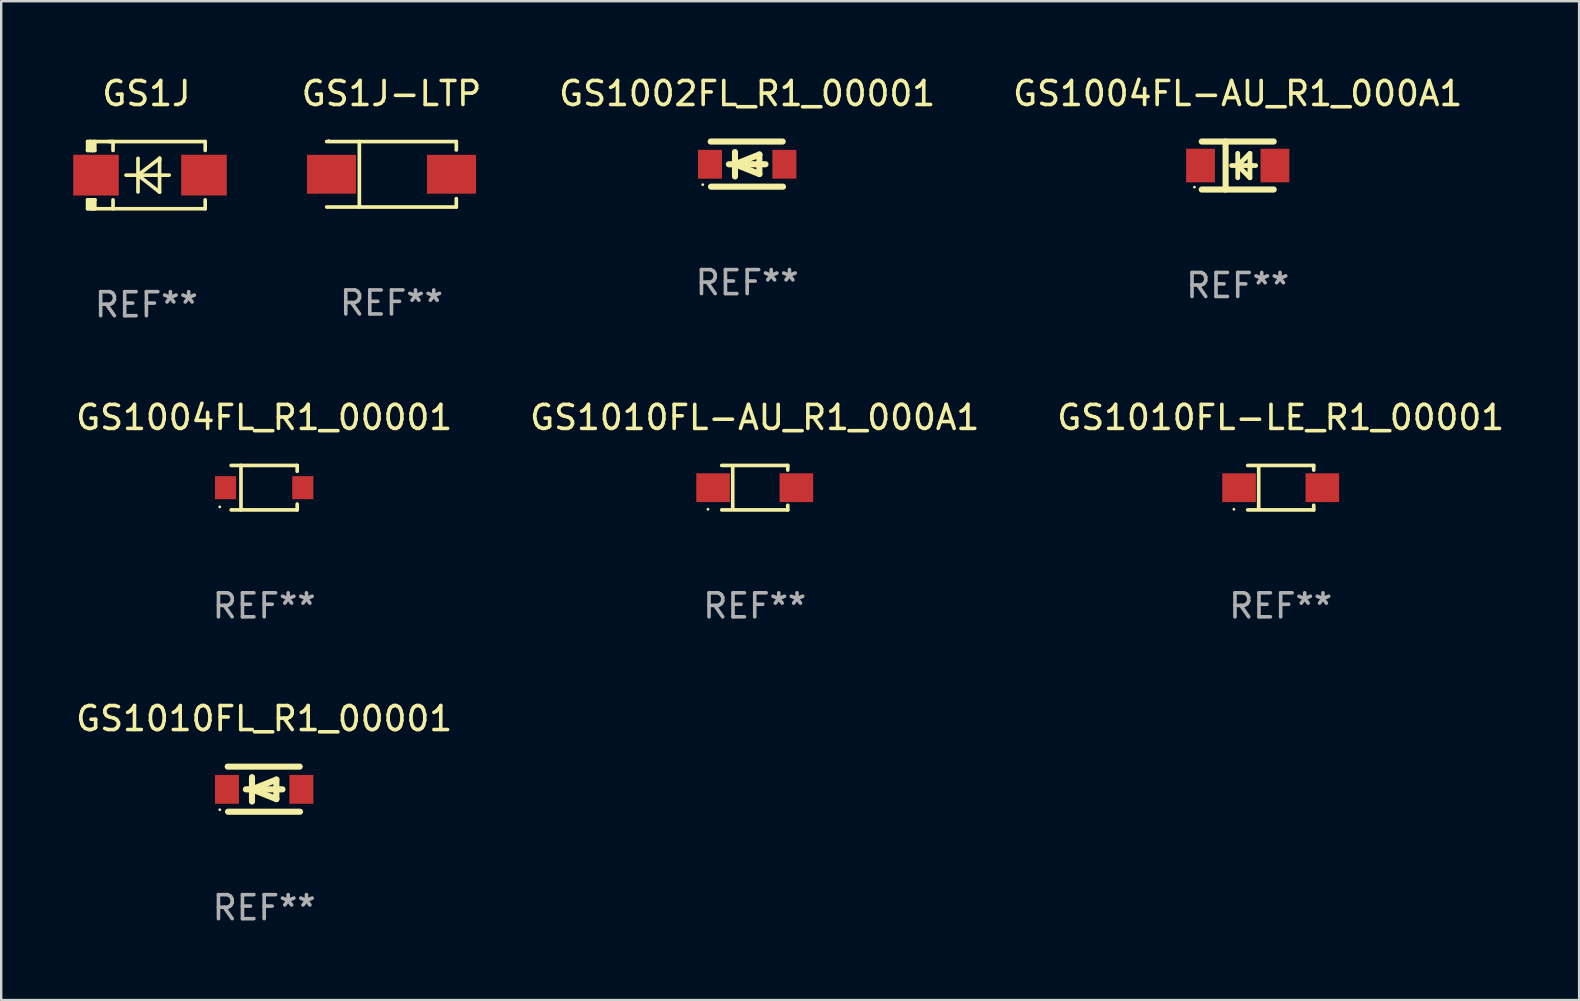
<source format=kicad_pcb>
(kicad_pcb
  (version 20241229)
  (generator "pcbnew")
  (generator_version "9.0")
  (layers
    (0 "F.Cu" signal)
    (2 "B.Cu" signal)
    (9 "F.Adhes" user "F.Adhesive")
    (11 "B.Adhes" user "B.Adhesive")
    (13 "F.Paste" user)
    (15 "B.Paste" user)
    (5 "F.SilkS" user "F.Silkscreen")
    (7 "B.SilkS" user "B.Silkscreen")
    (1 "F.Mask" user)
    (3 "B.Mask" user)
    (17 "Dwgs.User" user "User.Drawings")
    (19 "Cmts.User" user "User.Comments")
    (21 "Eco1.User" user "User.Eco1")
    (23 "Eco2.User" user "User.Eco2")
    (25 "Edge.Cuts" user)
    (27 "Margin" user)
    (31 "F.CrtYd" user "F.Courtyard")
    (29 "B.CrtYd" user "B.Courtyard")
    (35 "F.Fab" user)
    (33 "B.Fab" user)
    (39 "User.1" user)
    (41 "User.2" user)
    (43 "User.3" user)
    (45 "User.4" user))
  (footprint "GS1004FL-AU_R1_000A1"
    (layer "F.Cu")
    (at 48.525 3.848)
    (property "Reference" "GS1004FL-AU_R1_000A1" (at 0 -3 0) (layer "F.SilkS") (effects (font (size 1 1) (thickness 0.15))))
    (attr through_hole)
    (fp_line (start -1.5 -1) (end 1.5 -1) (stroke (width 0.254) (type solid)) (layer "F.SilkS"))
    (fp_line (start -1.5 1) (end 1.5 1) (stroke (width 0.254) (type solid)) (layer "F.SilkS"))
    (fp_line (start -0.506 -1) (end -0.506 1) (stroke (width 0.254) (type solid)) (layer "F.SilkS"))
    (fp_line (start -0.254 0) (end 0.746 0) (stroke (width 0.2) (type solid)) (layer "F.SilkS"))
    (fp_line (start 0.000102 -0.508) (end 0.000102 0.508) (stroke (width 0.2) (type solid)) (layer "F.SilkS"))
    (fp_line (start 0.000102 0) (end 0.508 -0.508) (stroke (width 0.2) (type solid)) (layer "F.SilkS"))
    (fp_line (start 0.508 -0.508) (end 0.508 0.508) (stroke (width 0.2) (type solid)) (layer "F.SilkS"))
    (fp_line (start 0.508 0.508) (end 0.000102 0) (stroke (width 0.2) (type solid)) (layer "F.SilkS"))
    (fp_circle (center -1.803 0.9) (end -1.773 0.9) (stroke (width 0.06) (type solid)) (fill no) (layer "F.SilkS"))
    (fp_text user "REF**" (at 0 5 0) (layer "F.Fab") (effects (font (size 1 1) (thickness 0.15))))
    (pad "1" smd rect (at -1.55 0) (size 1.2 1.4) (layers "F.Cu" "F.Mask" "F.Paste"))
    (pad "2" smd rect (at 1.55 0) (size 1.2 1.4) (layers "F.Cu" "F.Mask" "F.Paste")))
  (footprint "GS1010FL_R1_00001"
    (layer "F.Cu")
    (at 7.958 29.834)
    (property "Reference" "GS1010FL_R1_00001" (at 0 -2.94 0) (layer "F.SilkS") (effects (font (size 1 1) (thickness 0.15))))
    (attr through_hole)
    (fp_line (start -1.52 -0.94) (end 1.48 -0.94) (stroke (width 0.254) (type solid)) (layer "F.SilkS"))
    (fp_line (start -1.507 0.94) (end 1.493 0.94) (stroke (width 0.254) (type solid)) (layer "F.SilkS"))
    (fp_line (start -0.762 0.007) (end 0.762 0.007) (stroke (width 0.254) (type solid)) (layer "F.SilkS"))
    (fp_line (start -0.508 -0.501) (end -0.508 0.515) (stroke (width 0.254) (type solid)) (layer "F.SilkS"))
    (fp_line (start -0.508 0.007) (end 0.508 -0.4) (stroke (width 0.254) (type solid)) (layer "F.SilkS"))
    (fp_line (start 0.508 -0.4) (end 0.508 0.413) (stroke (width 0.254) (type solid)) (layer "F.SilkS"))
    (fp_line (start 0.508 0.413) (end -0.508 0.007) (stroke (width 0.254) (type solid)) (layer "F.SilkS"))
    (fp_circle (center -1.85 0.857) (end -1.82 0.857) (stroke (width 0.06) (type solid)) (fill no) (layer "F.SilkS"))
    (fp_text user "REF**" (at 0 4.94 0) (layer "F.Fab") (effects (font (size 1 1) (thickness 0.15))))
    (pad "1" smd rect (at -1.55 0.007) (size 1 1.2) (layers "F.Cu" "F.Mask" "F.Paste"))
    (pad "2" smd rect (at 1.55 0.007) (size 1 1.2) (layers "F.Cu" "F.Mask" "F.Paste")))
  (footprint "GS1010FL-LE_R1_00001"
    (layer "F.Cu")
    (at 50.315 17.271)
    (property "Reference" "GS1010FL-LE_R1_00001" (at 0 -2.926 0) (layer "F.SilkS") (effects (font (size 1 1) (thickness 0.15))))
    (attr through_hole)
    (fp_line (start -1.376 -0.926) (end 1.376 -0.926) (stroke (width 0.152) (type solid)) (layer "F.SilkS"))
    (fp_line (start -1.376 0.926) (end 1.376 0.926) (stroke (width 0.152) (type solid)) (layer "F.SilkS"))
    (fp_line (start -0.917 -0.876) (end -0.917 0.876) (stroke (width 0.152) (type solid)) (layer "F.SilkS"))
    (fp_line (start 1.376 -0.926) (end 1.376 -0.733) (stroke (width 0.152) (type solid)) (layer "F.SilkS"))
    (fp_line (start 1.376 0.926) (end 1.376 0.733) (stroke (width 0.152) (type solid)) (layer "F.SilkS"))
    (fp_circle (center -1.95 0.9) (end -1.92 0.9) (stroke (width 0.06) (type solid)) (fill no) (layer "F.SilkS"))
    (fp_text user "REF**" (at 0 4.926 0) (layer "F.Fab") (effects (font (size 1 1) (thickness 0.15))))
    (pad "1" smd rect (at -1.735 0) (size 1.4 1.2) (layers "F.Cu" "F.Mask" "F.Paste"))
    (pad "2" smd rect (at 1.735 0) (size 1.4 1.2) (layers "F.Cu" "F.Mask" "F.Paste")))
  (footprint "GS1004FL_R1_00001"
    (layer "F.Cu")
    (at 7.958 17.271)
    (property "Reference" "GS1004FL_R1_00001" (at 0 -2.926 0) (layer "F.SilkS") (effects (font (size 1 1) (thickness 0.15))))
    (attr through_hole)
    (fp_line (start -1.376 -0.926) (end 1.376 -0.926) (stroke (width 0.152) (type solid)) (layer "F.SilkS"))
    (fp_line (start -1.376 0.926) (end 1.376 0.926) (stroke (width 0.152) (type solid)) (layer "F.SilkS"))
    (fp_line (start -0.967 -0.926) (end -0.967 0.926) (stroke (width 0.152) (type solid)) (layer "F.SilkS"))
    (fp_line (start 1.376 -0.926) (end 1.376 -0.683) (stroke (width 0.152) (type solid)) (layer "F.SilkS"))
    (fp_line (start 1.376 0.926) (end 1.376 0.683) (stroke (width 0.152) (type solid)) (layer "F.SilkS"))
    (fp_circle (center -1.85 0.8) (end -1.82 0.8) (stroke (width 0.06) (type solid)) (fill no) (layer "F.SilkS"))
    (fp_text user "REF**" (at 0 4.926 0) (layer "F.Fab") (effects (font (size 1 1) (thickness 0.15))))
    (pad "1" smd rect (at -1.61 0) (size 0.88 0.96) (layers "F.Cu" "F.Mask" "F.Paste"))
    (pad "2" smd rect (at 1.61 0) (size 0.88 0.96) (layers "F.Cu" "F.Mask" "F.Paste")))
  (footprint "GS1J-LTP"
    (layer "F.Cu")
    (at 13.263 4.212)
    (property "Reference" "GS1J-LTP" (at 0 -3.364 0) (layer "F.SilkS") (effects (font (size 1 1) (thickness 0.15))))
    (attr through_hole)
    (fp_line (start -2.701 -1.364) (end 2.701 -1.364) (stroke (width 0.152) (type solid)) (layer "F.SilkS"))
    (fp_line (start -2.701 1.364) (end 2.701 1.364) (stroke (width 0.152) (type solid)) (layer "F.SilkS"))
    (fp_line (start -1.339 -1.364) (end -1.339 1.364) (stroke (width 0.152) (type solid)) (layer "F.SilkS"))
    (fp_line (start 2.701 -1.364) (end 2.701 -1.013) (stroke (width 0.152) (type solid)) (layer "F.SilkS"))
    (fp_line (start 2.701 1.364) (end 2.701 1.013) (stroke (width 0.152) (type solid)) (layer "F.SilkS"))
    (fp_circle (center -2.615 -1.4) (end -2.585 -1.4) (stroke (width 0.06) (type solid)) (fill no) (layer "F.SilkS"))
    (fp_text user "REF**" (at 0 5.364 0) (layer "F.Fab") (effects (font (size 1 1) (thickness 0.15))))
    (pad "1" smd rect (at -2.5 0) (size 2.046 1.62) (layers "F.Cu" "F.Mask" "F.Paste"))
    (pad "2" smd rect (at 2.5 0) (size 2.046 1.62) (layers "F.Cu" "F.Mask" "F.Paste")))
  (footprint "GS1J"
    (layer "F.Cu")
    (at 3.05 4.248)
    (property "Reference" "GS1J" (at 0 -3.4 0) (layer "F.SilkS") (effects (font (size 1 1) (thickness 0.15))))
    (attr through_hole)
    (fp_line (start -2.45 -1.4) (end -2.45 -1.03) (stroke (width 0.152) (type solid)) (layer "F.SilkS"))
    (fp_line (start -2.45 -1.03) (end -2.246 -1.03) (stroke (width 0.152) (type solid)) (layer "F.SilkS"))
    (fp_line (start -2.45 1.03) (end -2.45 1.4) (stroke (width 0.152) (type solid)) (layer "F.SilkS"))
    (fp_line (start -2.45 1.03) (end -2.15 1.03) (stroke (width 0.152) (type solid)) (layer "F.SilkS"))
    (fp_line (start -2.45 1.4) (end -2.15 1.4) (stroke (width 0.152) (type solid)) (layer "F.SilkS"))
    (fp_line (start -2.35 -1.4) (end -2.45 -1.4) (stroke (width 0.152) (type solid)) (layer "F.SilkS"))
    (fp_line (start -2.35 -1.4) (end -2.332 -1.4) (stroke (width 0.152) (type solid)) (layer "F.SilkS"))
    (fp_line (start -2.332 -1.4) (end -2.332 -1.03) (stroke (width 0.152) (type solid)) (layer "F.SilkS"))
    (fp_line (start -2.332 1.03) (end -2.332 1.4) (stroke (width 0.152) (type solid)) (layer "F.SilkS"))
    (fp_line (start -2.297 1.4) (end -2.246 1.4) (stroke (width 0.152) (type solid)) (layer "F.SilkS"))
    (fp_line (start -2.246 -1.03) (end -2.246 -1.4) (stroke (width 0.152) (type solid)) (layer "F.SilkS"))
    (fp_line (start -2.246 -1.029) (end -2.246 -1.03) (stroke (width 0.152) (type solid)) (layer "F.SilkS"))
    (fp_line (start -2.246 1.4) (end -2.246 1.03) (stroke (width 0.152) (type solid)) (layer "F.SilkS"))
    (fp_line (start -2.15 -1.4) (end -2.35 -1.4) (stroke (width 0.152) (type solid)) (layer "F.SilkS"))
    (fp_line (start -2.15 -1.4) (end 2.45 -1.4) (stroke (width 0.152) (type solid)) (layer "F.SilkS"))
    (fp_line (start -2.15 -1.029) (end -2.246 -1.029) (stroke (width 0.152) (type solid)) (layer "F.SilkS"))
    (fp_line (start -2.15 -1.029) (end -2.15 -1.4) (stroke (width 0.15) (type solid)) (layer "F.SilkS"))
    (fp_line (start -2.15 1.03) (end -2.15 1.029) (stroke (width 0.152) (type solid)) (layer "F.SilkS"))
    (fp_line (start -2.15 1.4) (end -2.15 1.029) (stroke (width 0.15) (type solid)) (layer "F.SilkS"))
    (fp_line (start -2.15 1.4) (end 2.45 1.4) (stroke (width 0.152) (type solid)) (layer "F.SilkS"))
    (fp_line (start -1.569 -1.4) (end -1.39 -1.4) (stroke (width 0.152) (type solid)) (layer "F.SilkS"))
    (fp_line (start -1.39 -1.4) (end -1.39 -1.03) (stroke (width 0.152) (type solid)) (layer "F.SilkS"))
    (fp_line (start -1.39 1.03) (end -1.39 1.4) (stroke (width 0.152) (type solid)) (layer "F.SilkS"))
    (fp_line (start -0.35 -0.7) (end -0.35 0.7) (stroke (width 0.152) (type solid)) (layer "F.SilkS"))
    (fp_line (start -0.35 0) (end 0.549 -0.701) (stroke (width 0.152) (type solid)) (layer "F.SilkS"))
    (fp_line (start 0.549 -0.701) (end 0.549 -0.599) (stroke (width 0.152) (type solid)) (layer "F.SilkS"))
    (fp_line (start 0.549 -0.701) (end 0.549 0.706) (stroke (width 0.152) (type solid)) (layer "F.SilkS"))
    (fp_line (start 0.549 0.706) (end -0.35 0) (stroke (width 0.152) (type solid)) (layer "F.SilkS"))
    (fp_line (start 0.95 0) (end -0.85 0) (stroke (width 0.152) (type solid)) (layer "F.SilkS"))
    (fp_line (start 2.45 -1.4) (end 2.45 -1.029) (stroke (width 0.15) (type solid)) (layer "F.SilkS"))
    (fp_line (start 2.45 1.029) (end 2.45 1.4) (stroke (width 0.15) (type solid)) (layer "F.SilkS"))
    (fp_circle (center -2.393 1.3) (end -2.363 1.3) (stroke (width 0.06) (type solid)) (fill no) (layer "F.SilkS"))
    (fp_text user "REF**" (at 0 5.4 0) (layer "F.Fab") (effects (font (size 1 1) (thickness 0.15))))
    (pad "1" smd rect (at -2.1 0 180) (size 1.9 1.7) (layers "F.Cu" "F.Mask" "F.Paste"))
    (pad "2" smd rect (at 2.4 0 180) (size 1.9 1.7) (layers "F.Cu" "F.Mask" "F.Paste")))
  (footprint "GS1002FL_R1_00001"
    (layer "F.Cu")
    (at 28.084 3.788)
    (property "Reference" "GS1002FL_R1_00001" (at 0 -2.94 0) (layer "F.SilkS") (effects (font (size 1 1) (thickness 0.15))))
    (attr through_hole)
    (fp_line (start -1.52 -0.94) (end 1.48 -0.94) (stroke (width 0.254) (type solid)) (layer "F.SilkS"))
    (fp_line (start -1.507 0.94) (end 1.493 0.94) (stroke (width 0.254) (type solid)) (layer "F.SilkS"))
    (fp_line (start -0.762 0.007) (end 0.762 0.007) (stroke (width 0.254) (type solid)) (layer "F.SilkS"))
    (fp_line (start -0.508 -0.501) (end -0.508 0.515) (stroke (width 0.254) (type solid)) (layer "F.SilkS"))
    (fp_line (start -0.508 0.007) (end 0.508 -0.4) (stroke (width 0.254) (type solid)) (layer "F.SilkS"))
    (fp_line (start 0.508 -0.4) (end 0.508 0.413) (stroke (width 0.254) (type solid)) (layer "F.SilkS"))
    (fp_line (start 0.508 0.413) (end -0.508 0.007) (stroke (width 0.254) (type solid)) (layer "F.SilkS"))
    (fp_circle (center -1.85 0.857) (end -1.82 0.857) (stroke (width 0.06) (type solid)) (fill no) (layer "F.SilkS"))
    (fp_text user "REF**" (at 0 4.94 0) (layer "F.Fab") (effects (font (size 1 1) (thickness 0.15))))
    (pad "1" smd rect (at -1.55 0.007) (size 1 1.2) (layers "F.Cu" "F.Mask" "F.Paste"))
    (pad "2" smd rect (at 1.55 0.007) (size 1 1.2) (layers "F.Cu" "F.Mask" "F.Paste")))
  (footprint "GS1010FL-AU_R1_000A1"
    (layer "F.Cu")
    (at 28.399 17.271)
    (property "Reference" "GS1010FL-AU_R1_000A1" (at 0 -2.926 0) (layer "F.SilkS") (effects (font (size 1 1) (thickness 0.15))))
    (attr through_hole)
    (fp_line (start -1.376 -0.926) (end 1.376 -0.926) (stroke (width 0.152) (type solid)) (layer "F.SilkS"))
    (fp_line (start -1.376 0.926) (end 1.376 0.926) (stroke (width 0.152) (type solid)) (layer "F.SilkS"))
    (fp_line (start -0.917 -0.876) (end -0.917 0.876) (stroke (width 0.152) (type solid)) (layer "F.SilkS"))
    (fp_line (start 1.376 -0.926) (end 1.376 -0.733) (stroke (width 0.152) (type solid)) (layer "F.SilkS"))
    (fp_line (start 1.376 0.926) (end 1.376 0.733) (stroke (width 0.152) (type solid)) (layer "F.SilkS"))
    (fp_circle (center -1.95 0.9) (end -1.92 0.9) (stroke (width 0.06) (type solid)) (fill no) (layer "F.SilkS"))
    (fp_text user "REF**" (at 0 4.926 0) (layer "F.Fab") (effects (font (size 1 1) (thickness 0.15))))
    (pad "1" smd rect (at -1.735 0) (size 1.4 1.2) (layers "F.Cu" "F.Mask" "F.Paste"))
    (pad "2" smd rect (at 1.735 0) (size 1.4 1.2) (layers "F.Cu" "F.Mask" "F.Paste")))
  (gr_rect
    (start -3 -3)
    (end 62.75 38.622)
    (stroke (width 0.1) (type default))
    (fill no)
    (layer "Edge.Cuts")))
</source>
